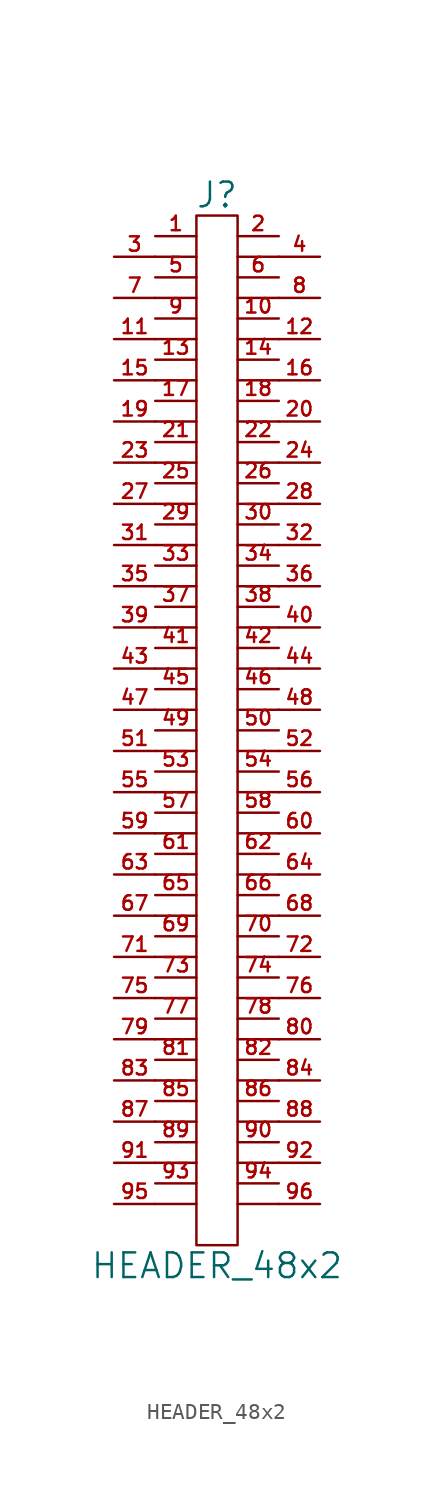
<source format=kicad_sym>
(kicad_symbol_lib
  (version 20201005)
  (generator kicad_symbol_editor)
  (symbol "HEADER_48x2"
    (pin_names
      (offset 0))
    (property "Reference" "J"
      (at 0 33.02 0)
      (effects (font (size 1.524 1.524))))
    (property "Value" "HEADER_48x2"
      (at 0 -33.02 0)
      (effects (font (size 1.524 1.524))))
    (property "Footprint" ""
      (at 0 6.35 0)
      (effects (font (size 1.524 1.524))))
    (property "Datasheet" ""
      (at 0 6.35 0)
      (effects (font (size 1.524 1.524))))
    (symbol "HEADER_48x2_0_1"
      (rectangle (start 1.27 -31.75) (end -1.27 31.75) (stroke (width 0)) (fill (type none)))
      (polyline (pts (xy -3.81 -29.21) (xy -1.27 -29.21)) (stroke (width 0)) (fill (type none)))
      (polyline (pts (xy -3.81 -26.67) (xy -1.27 -26.67)) (stroke (width 0)) (fill (type none)))
      (polyline (pts (xy -3.81 -24.13) (xy -1.27 -24.13)) (stroke (width 0)) (fill (type none)))
      (polyline (pts (xy -3.81 -21.59) (xy -1.27 -21.59)) (stroke (width 0)) (fill (type none)))
      (polyline (pts (xy -3.81 -19.05) (xy -1.27 -19.05)) (stroke (width 0)) (fill (type none)))
      (polyline (pts (xy -3.81 -16.51) (xy -1.27 -16.51)) (stroke (width 0)) (fill (type none)))
      (polyline (pts (xy -3.81 -13.97) (xy -1.27 -13.97)) (stroke (width 0)) (fill (type none)))
      (polyline (pts (xy -3.81 -11.43) (xy -1.27 -11.43)) (stroke (width 0)) (fill (type none)))
      (polyline (pts (xy -3.81 -8.89) (xy -1.27 -8.89)) (stroke (width 0)) (fill (type none)))
      (polyline (pts (xy -3.81 -6.35) (xy -1.27 -6.35)) (stroke (width 0)) (fill (type none)))
      (polyline (pts (xy -3.81 -3.81) (xy -1.27 -3.81)) (stroke (width 0)) (fill (type none)))
      (polyline (pts (xy -3.81 -1.27) (xy -1.27 -1.27)) (stroke (width 0)) (fill (type none)))
      (polyline (pts (xy -3.81 1.27) (xy -1.27 1.27)) (stroke (width 0)) (fill (type none)))
      (polyline (pts (xy -3.81 3.81) (xy -1.27 3.81)) (stroke (width 0)) (fill (type none)))
      (polyline (pts (xy -3.81 6.35) (xy -1.27 6.35)) (stroke (width 0)) (fill (type none)))
      (polyline (pts (xy -3.81 8.89) (xy -1.27 8.89)) (stroke (width 0)) (fill (type none)))
      (polyline (pts (xy -3.81 11.43) (xy -1.27 11.43)) (stroke (width 0)) (fill (type none)))
      (polyline (pts (xy -3.81 13.97) (xy -1.27 13.97)) (stroke (width 0)) (fill (type none)))
      (polyline (pts (xy -3.81 16.51) (xy -1.27 16.51)) (stroke (width 0)) (fill (type none)))
      (polyline (pts (xy -3.81 19.05) (xy -1.27 19.05)) (stroke (width 0)) (fill (type none)))
      (polyline (pts (xy -3.81 21.59) (xy -1.27 21.59)) (stroke (width 0)) (fill (type none)))
      (polyline (pts (xy -3.81 24.13) (xy -1.27 24.13)) (stroke (width 0)) (fill (type none)))
      (polyline (pts (xy -3.81 26.67) (xy -1.27 26.67)) (stroke (width 0)) (fill (type none)))
      (polyline (pts (xy -3.81 29.21) (xy -1.27 29.21)) (stroke (width 0)) (fill (type none)))
      (polyline (pts (xy 1.27 -29.21) (xy 3.81 -29.21)) (stroke (width 0)) (fill (type none)))
      (polyline (pts (xy 1.27 -26.67) (xy 3.81 -26.67)) (stroke (width 0)) (fill (type none)))
      (polyline (pts (xy 1.27 -24.13) (xy 3.81 -24.13)) (stroke (width 0)) (fill (type none)))
      (polyline (pts (xy 1.27 -21.59) (xy 3.81 -21.59)) (stroke (width 0)) (fill (type none)))
      (polyline (pts (xy 1.27 -19.05) (xy 3.81 -19.05)) (stroke (width 0)) (fill (type none)))
      (polyline (pts (xy 1.27 -16.51) (xy 3.81 -16.51)) (stroke (width 0)) (fill (type none)))
      (polyline (pts (xy 1.27 -13.97) (xy 3.81 -13.97)) (stroke (width 0)) (fill (type none)))
      (polyline (pts (xy 1.27 -11.43) (xy 3.81 -11.43)) (stroke (width 0)) (fill (type none)))
      (polyline (pts (xy 1.27 -8.89) (xy 3.81 -8.89)) (stroke (width 0)) (fill (type none)))
      (polyline (pts (xy 1.27 -6.35) (xy 3.81 -6.35)) (stroke (width 0)) (fill (type none)))
      (polyline (pts (xy 1.27 -3.81) (xy 3.81 -3.81)) (stroke (width 0)) (fill (type none)))
      (polyline (pts (xy 1.27 -1.27) (xy 3.81 -1.27)) (stroke (width 0)) (fill (type none)))
      (polyline (pts (xy 1.27 1.27) (xy 3.81 1.27)) (stroke (width 0)) (fill (type none)))
      (polyline (pts (xy 1.27 3.81) (xy 3.81 3.81)) (stroke (width 0)) (fill (type none)))
      (polyline (pts (xy 1.27 6.35) (xy 3.81 6.35)) (stroke (width 0)) (fill (type none)))
      (polyline (pts (xy 1.27 8.89) (xy 3.81 8.89)) (stroke (width 0)) (fill (type none)))
      (polyline (pts (xy 1.27 11.43) (xy 3.81 11.43)) (stroke (width 0)) (fill (type none)))
      (polyline (pts (xy 1.27 13.97) (xy 3.81 13.97)) (stroke (width 0)) (fill (type none)))
      (polyline (pts (xy 1.27 16.51) (xy 3.81 16.51)) (stroke (width 0)) (fill (type none)))
      (polyline (pts (xy 1.27 19.05) (xy 3.81 19.05)) (stroke (width 0)) (fill (type none)))
      (polyline (pts (xy 1.27 21.59) (xy 3.81 21.59)) (stroke (width 0)) (fill (type none)))
      (polyline (pts (xy 1.27 24.13) (xy 3.81 24.13)) (stroke (width 0)) (fill (type none)))
      (polyline (pts (xy 1.27 26.67) (xy 3.81 26.67)) (stroke (width 0)) (fill (type none)))
      (polyline (pts (xy 1.27 29.21) (xy 3.81 29.21)) (stroke (width 0)) (fill (type none))))
    (symbol "HEADER_48x2_1_1"
      (pin passive line (at -3.81 30.48 0) (length 2.54) (name "~" (effects (font (size 1.27 1.27)))) (number "1" (effects (font (size 0.889 0.889)))))
      (pin passive line (at 3.81 25.4 180) (length 2.54) (name "~" (effects (font (size 1.27 1.27)))) (number "10" (effects (font (size 0.889 0.889)))))
      (pin passive line (at -6.35 24.13 0) (length 2.54) (name "~" (effects (font (size 1.27 1.27)))) (number "11" (effects (font (size 0.889 0.889)))))
      (pin passive line (at 6.35 24.13 180) (length 2.54) (name "~" (effects (font (size 1.27 1.27)))) (number "12" (effects (font (size 0.889 0.889)))))
      (pin passive line (at -3.81 22.86 0) (length 2.54) (name "~" (effects (font (size 1.27 1.27)))) (number "13" (effects (font (size 0.889 0.889)))))
      (pin passive line (at 3.81 22.86 180) (length 2.54) (name "~" (effects (font (size 1.27 1.27)))) (number "14" (effects (font (size 0.889 0.889)))))
      (pin passive line (at -6.35 21.59 0) (length 2.54) (name "~" (effects (font (size 1.27 1.27)))) (number "15" (effects (font (size 0.889 0.889)))))
      (pin passive line (at 6.35 21.59 180) (length 2.54) (name "~" (effects (font (size 1.27 1.27)))) (number "16" (effects (font (size 0.889 0.889)))))
      (pin passive line (at -3.81 20.32 0) (length 2.54) (name "~" (effects (font (size 1.27 1.27)))) (number "17" (effects (font (size 0.889 0.889)))))
      (pin passive line (at 3.81 20.32 180) (length 2.54) (name "~" (effects (font (size 1.27 1.27)))) (number "18" (effects (font (size 0.889 0.889)))))
      (pin passive line (at -6.35 19.05 0) (length 2.54) (name "~" (effects (font (size 1.27 1.27)))) (number "19" (effects (font (size 0.889 0.889)))))
      (pin passive line (at 3.81 30.48 180) (length 2.54) (name "~" (effects (font (size 1.27 1.27)))) (number "2" (effects (font (size 0.889 0.889)))))
      (pin passive line (at 6.35 19.05 180) (length 2.54) (name "~" (effects (font (size 1.27 1.27)))) (number "20" (effects (font (size 0.889 0.889)))))
      (pin passive line (at -3.81 17.78 0) (length 2.54) (name "~" (effects (font (size 1.27 1.27)))) (number "21" (effects (font (size 0.889 0.889)))))
      (pin passive line (at 3.81 17.78 180) (length 2.54) (name "~" (effects (font (size 1.27 1.27)))) (number "22" (effects (font (size 0.889 0.889)))))
      (pin passive line (at -6.35 16.51 0) (length 2.54) (name "~" (effects (font (size 1.27 1.27)))) (number "23" (effects (font (size 0.889 0.889)))))
      (pin passive line (at 6.35 16.51 180) (length 2.54) (name "~" (effects (font (size 1.27 1.27)))) (number "24" (effects (font (size 0.889 0.889)))))
      (pin passive line (at -3.81 15.24 0) (length 2.54) (name "~" (effects (font (size 1.27 1.27)))) (number "25" (effects (font (size 0.889 0.889)))))
      (pin passive line (at 3.81 15.24 180) (length 2.54) (name "~" (effects (font (size 1.27 1.27)))) (number "26" (effects (font (size 0.889 0.889)))))
      (pin passive line (at -6.35 13.97 0) (length 2.54) (name "~" (effects (font (size 1.27 1.27)))) (number "27" (effects (font (size 0.889 0.889)))))
      (pin passive line (at 6.35 13.97 180) (length 2.54) (name "~" (effects (font (size 1.27 1.27)))) (number "28" (effects (font (size 0.889 0.889)))))
      (pin passive line (at -3.81 12.7 0) (length 2.54) (name "~" (effects (font (size 1.27 1.27)))) (number "29" (effects (font (size 0.889 0.889)))))
      (pin passive line (at -6.35 29.21 0) (length 2.54) (name "~" (effects (font (size 1.27 1.27)))) (number "3" (effects (font (size 0.889 0.889)))))
      (pin passive line (at 3.81 12.7 180) (length 2.54) (name "~" (effects (font (size 1.27 1.27)))) (number "30" (effects (font (size 0.889 0.889)))))
      (pin passive line (at -6.35 11.43 0) (length 2.54) (name "~" (effects (font (size 1.27 1.27)))) (number "31" (effects (font (size 0.889 0.889)))))
      (pin passive line (at 6.35 11.43 180) (length 2.54) (name "~" (effects (font (size 1.27 1.27)))) (number "32" (effects (font (size 0.889 0.889)))))
      (pin passive line (at -3.81 10.16 0) (length 2.54) (name "~" (effects (font (size 1.27 1.27)))) (number "33" (effects (font (size 0.889 0.889)))))
      (pin passive line (at 3.81 10.16 180) (length 2.54) (name "~" (effects (font (size 1.27 1.27)))) (number "34" (effects (font (size 0.889 0.889)))))
      (pin passive line (at -6.35 8.89 0) (length 2.54) (name "~" (effects (font (size 1.27 1.27)))) (number "35" (effects (font (size 0.889 0.889)))))
      (pin passive line (at 6.35 8.89 180) (length 2.54) (name "~" (effects (font (size 1.27 1.27)))) (number "36" (effects (font (size 0.889 0.889)))))
      (pin passive line (at -3.81 7.62 0) (length 2.54) (name "~" (effects (font (size 0.889 0.889)))) (number "37" (effects (font (size 0.889 0.889)))))
      (pin passive line (at 3.81 7.62 180) (length 2.54) (name "~" (effects (font (size 1.27 1.27)))) (number "38" (effects (font (size 0.889 0.889)))))
      (pin passive line (at -6.35 6.35 0) (length 2.54) (name "~" (effects (font (size 1.27 1.27)))) (number "39" (effects (font (size 0.889 0.889)))))
      (pin passive line (at 6.35 29.21 180) (length 2.54) (name "~" (effects (font (size 1.27 1.27)))) (number "4" (effects (font (size 0.889 0.889)))))
      (pin passive line (at 6.35 6.35 180) (length 2.54) (name "~" (effects (font (size 1.27 1.27)))) (number "40" (effects (font (size 0.889 0.889)))))
      (pin passive line (at -3.81 5.08 0) (length 2.54) (name "~" (effects (font (size 1.27 1.27)))) (number "41" (effects (font (size 0.889 0.889)))))
      (pin passive line (at 3.81 5.08 180) (length 2.54) (name "~" (effects (font (size 1.27 1.27)))) (number "42" (effects (font (size 0.889 0.889)))))
      (pin passive line (at -6.35 3.81 0) (length 2.54) (name "~" (effects (font (size 1.27 1.27)))) (number "43" (effects (font (size 0.889 0.889)))))
      (pin passive line (at 6.35 3.81 180) (length 2.54) (name "~" (effects (font (size 1.27 1.27)))) (number "44" (effects (font (size 0.889 0.889)))))
      (pin passive line (at -3.81 2.54 0) (length 2.54) (name "~" (effects (font (size 1.27 1.27)))) (number "45" (effects (font (size 0.889 0.889)))))
      (pin passive line (at 3.81 2.54 180) (length 2.54) (name "~" (effects (font (size 1.27 1.27)))) (number "46" (effects (font (size 0.889 0.889)))))
      (pin passive line (at -6.35 1.27 0) (length 2.54) (name "~" (effects (font (size 1.27 1.27)))) (number "47" (effects (font (size 0.889 0.889)))))
      (pin passive line (at 6.35 1.27 180) (length 2.54) (name "~" (effects (font (size 1.27 1.27)))) (number "48" (effects (font (size 0.889 0.889)))))
      (pin passive line (at -3.81 0 0) (length 2.54) (name "~" (effects (font (size 1.27 1.27)))) (number "49" (effects (font (size 0.889 0.889)))))
      (pin passive line (at -3.81 27.94 0) (length 2.54) (name "~" (effects (font (size 1.27 1.27)))) (number "5" (effects (font (size 0.889 0.889)))))
      (pin passive line (at 3.81 0 180) (length 2.54) (name "~" (effects (font (size 1.27 1.27)))) (number "50" (effects (font (size 0.889 0.889)))))
      (pin passive line (at -6.35 -1.27 0) (length 2.54) (name "~" (effects (font (size 1.27 1.27)))) (number "51" (effects (font (size 0.889 0.889)))))
      (pin passive line (at 6.35 -1.27 180) (length 2.54) (name "~" (effects (font (size 1.27 1.27)))) (number "52" (effects (font (size 0.889 0.889)))))
      (pin passive line (at -3.81 -2.54 0) (length 2.54) (name "~" (effects (font (size 1.27 1.27)))) (number "53" (effects (font (size 0.889 0.889)))))
      (pin passive line (at 3.81 -2.54 180) (length 2.54) (name "~" (effects (font (size 1.27 1.27)))) (number "54" (effects (font (size 0.889 0.889)))))
      (pin passive line (at -6.35 -3.81 0) (length 2.54) (name "~" (effects (font (size 1.27 1.27)))) (number "55" (effects (font (size 0.889 0.889)))))
      (pin passive line (at 6.35 -3.81 180) (length 2.54) (name "~" (effects (font (size 1.27 1.27)))) (number "56" (effects (font (size 0.889 0.889)))))
      (pin passive line (at -3.81 -5.08 0) (length 2.54) (name "~" (effects (font (size 1.27 1.27)))) (number "57" (effects (font (size 0.889 0.889)))))
      (pin passive line (at 3.81 -5.08 180) (length 2.54) (name "~" (effects (font (size 1.27 1.27)))) (number "58" (effects (font (size 0.889 0.889)))))
      (pin passive line (at -6.35 -6.35 0) (length 2.54) (name "~" (effects (font (size 1.27 1.27)))) (number "59" (effects (font (size 0.889 0.889)))))
      (pin passive line (at 3.81 27.94 180) (length 2.54) (name "~" (effects (font (size 1.27 1.27)))) (number "6" (effects (font (size 0.889 0.889)))))
      (pin passive line (at 6.35 -6.35 180) (length 2.54) (name "~" (effects (font (size 1.27 1.27)))) (number "60" (effects (font (size 0.889 0.889)))))
      (pin passive line (at -3.81 -7.62 0) (length 2.54) (name "~" (effects (font (size 1.27 1.27)))) (number "61" (effects (font (size 0.889 0.889)))))
      (pin passive line (at 3.81 -7.62 180) (length 2.54) (name "~" (effects (font (size 1.27 1.27)))) (number "62" (effects (font (size 0.889 0.889)))))
      (pin passive line (at -6.35 -8.89 0) (length 2.54) (name "~" (effects (font (size 1.27 1.27)))) (number "63" (effects (font (size 0.889 0.889)))))
      (pin passive line (at 6.35 -8.89 180) (length 2.54) (name "~" (effects (font (size 1.27 1.27)))) (number "64" (effects (font (size 0.889 0.889)))))
      (pin passive line (at -3.81 -10.16 0) (length 2.54) (name "~" (effects (font (size 1.27 1.27)))) (number "65" (effects (font (size 0.889 0.889)))))
      (pin passive line (at 3.81 -10.16 180) (length 2.54) (name "~" (effects (font (size 1.27 1.27)))) (number "66" (effects (font (size 0.889 0.889)))))
      (pin passive line (at -6.35 -11.43 0) (length 2.54) (name "~" (effects (font (size 1.27 1.27)))) (number "67" (effects (font (size 0.889 0.889)))))
      (pin passive line (at 6.35 -11.43 180) (length 2.54) (name "~" (effects (font (size 1.27 1.27)))) (number "68" (effects (font (size 0.889 0.889)))))
      (pin passive line (at -3.81 -12.7 0) (length 2.54) (name "~" (effects (font (size 1.27 1.27)))) (number "69" (effects (font (size 0.889 0.889)))))
      (pin passive line (at -6.35 26.67 0) (length 2.54) (name "~" (effects (font (size 1.27 1.27)))) (number "7" (effects (font (size 0.889 0.889)))))
      (pin passive line (at 3.81 -12.7 180) (length 2.54) (name "~" (effects (font (size 1.27 1.27)))) (number "70" (effects (font (size 0.889 0.889)))))
      (pin passive line (at -6.35 -13.97 0) (length 2.54) (name "~" (effects (font (size 1.27 1.27)))) (number "71" (effects (font (size 0.889 0.889)))))
      (pin passive line (at 6.35 -13.97 180) (length 2.54) (name "~" (effects (font (size 1.27 1.27)))) (number "72" (effects (font (size 0.889 0.889)))))
      (pin passive line (at -3.81 -15.24 0) (length 2.54) (name "~" (effects (font (size 1.27 1.27)))) (number "73" (effects (font (size 0.889 0.889)))))
      (pin passive line (at 3.81 -15.24 180) (length 2.54) (name "~" (effects (font (size 1.27 1.27)))) (number "74" (effects (font (size 0.889 0.889)))))
      (pin passive line (at -6.35 -16.51 0) (length 2.54) (name "~" (effects (font (size 1.27 1.27)))) (number "75" (effects (font (size 0.889 0.889)))))
      (pin passive line (at 6.35 -16.51 180) (length 2.54) (name "~" (effects (font (size 1.27 1.27)))) (number "76" (effects (font (size 0.889 0.889)))))
      (pin passive line (at -3.81 -17.78 0) (length 2.54) (name "~" (effects (font (size 1.27 1.27)))) (number "77" (effects (font (size 0.889 0.889)))))
      (pin passive line (at 3.81 -17.78 180) (length 2.54) (name "~" (effects (font (size 1.27 1.27)))) (number "78" (effects (font (size 0.889 0.889)))))
      (pin passive line (at -6.35 -19.05 0) (length 2.54) (name "~" (effects (font (size 1.27 1.27)))) (number "79" (effects (font (size 0.889 0.889)))))
      (pin passive line (at 6.35 26.67 180) (length 2.54) (name "~" (effects (font (size 1.27 1.27)))) (number "8" (effects (font (size 0.889 0.889)))))
      (pin passive line (at 6.35 -19.05 180) (length 2.54) (name "~" (effects (font (size 1.27 1.27)))) (number "80" (effects (font (size 0.889 0.889)))))
      (pin passive line (at -3.81 -20.32 0) (length 2.54) (name "~" (effects (font (size 1.27 1.27)))) (number "81" (effects (font (size 0.889 0.889)))))
      (pin passive line (at 3.81 -20.32 180) (length 2.54) (name "~" (effects (font (size 1.27 1.27)))) (number "82" (effects (font (size 0.889 0.889)))))
      (pin passive line (at -6.35 -21.59 0) (length 2.54) (name "~" (effects (font (size 1.27 1.27)))) (number "83" (effects (font (size 0.889 0.889)))))
      (pin passive line (at 6.35 -21.59 180) (length 2.54) (name "~" (effects (font (size 1.27 1.27)))) (number "84" (effects (font (size 0.889 0.889)))))
      (pin passive line (at -3.81 -22.86 0) (length 2.54) (name "~" (effects (font (size 1.27 1.27)))) (number "85" (effects (font (size 0.889 0.889)))))
      (pin passive line (at 3.81 -22.86 180) (length 2.54) (name "~" (effects (font (size 1.27 1.27)))) (number "86" (effects (font (size 0.889 0.889)))))
      (pin passive line (at -6.35 -24.13 0) (length 2.54) (name "~" (effects (font (size 1.27 1.27)))) (number "87" (effects (font (size 0.889 0.889)))))
      (pin passive line (at 6.35 -24.13 180) (length 2.54) (name "~" (effects (font (size 1.27 1.27)))) (number "88" (effects (font (size 0.889 0.889)))))
      (pin passive line (at -3.81 -25.4 0) (length 2.54) (name "~" (effects (font (size 1.27 1.27)))) (number "89" (effects (font (size 0.889 0.889)))))
      (pin passive line (at -3.81 25.4 0) (length 2.54) (name "~" (effects (font (size 1.27 1.27)))) (number "9" (effects (font (size 0.889 0.889)))))
      (pin passive line (at 3.81 -25.4 180) (length 2.54) (name "~" (effects (font (size 1.27 1.27)))) (number "90" (effects (font (size 0.889 0.889)))))
      (pin passive line (at -6.35 -26.67 0) (length 2.54) (name "~" (effects (font (size 1.27 1.27)))) (number "91" (effects (font (size 0.889 0.889)))))
      (pin passive line (at 6.35 -26.67 180) (length 2.54) (name "~" (effects (font (size 1.27 1.27)))) (number "92" (effects (font (size 0.889 0.889)))))
      (pin passive line (at -3.81 -27.94 0) (length 2.54) (name "~" (effects (font (size 1.27 1.27)))) (number "93" (effects (font (size 0.889 0.889)))))
      (pin passive line (at 3.81 -27.94 180) (length 2.54) (name "~" (effects (font (size 1.27 1.27)))) (number "94" (effects (font (size 0.889 0.889)))))
      (pin passive line (at -6.35 -29.21 0) (length 2.54) (name "~" (effects (font (size 1.27 1.27)))) (number "95" (effects (font (size 0.889 0.889)))))
      (pin passive line (at 6.35 -29.21 180) (length 2.54) (name "~" (effects (font (size 1.27 1.27)))) (number "96" (effects (font (size 0.889 0.889))))))))
</source>
